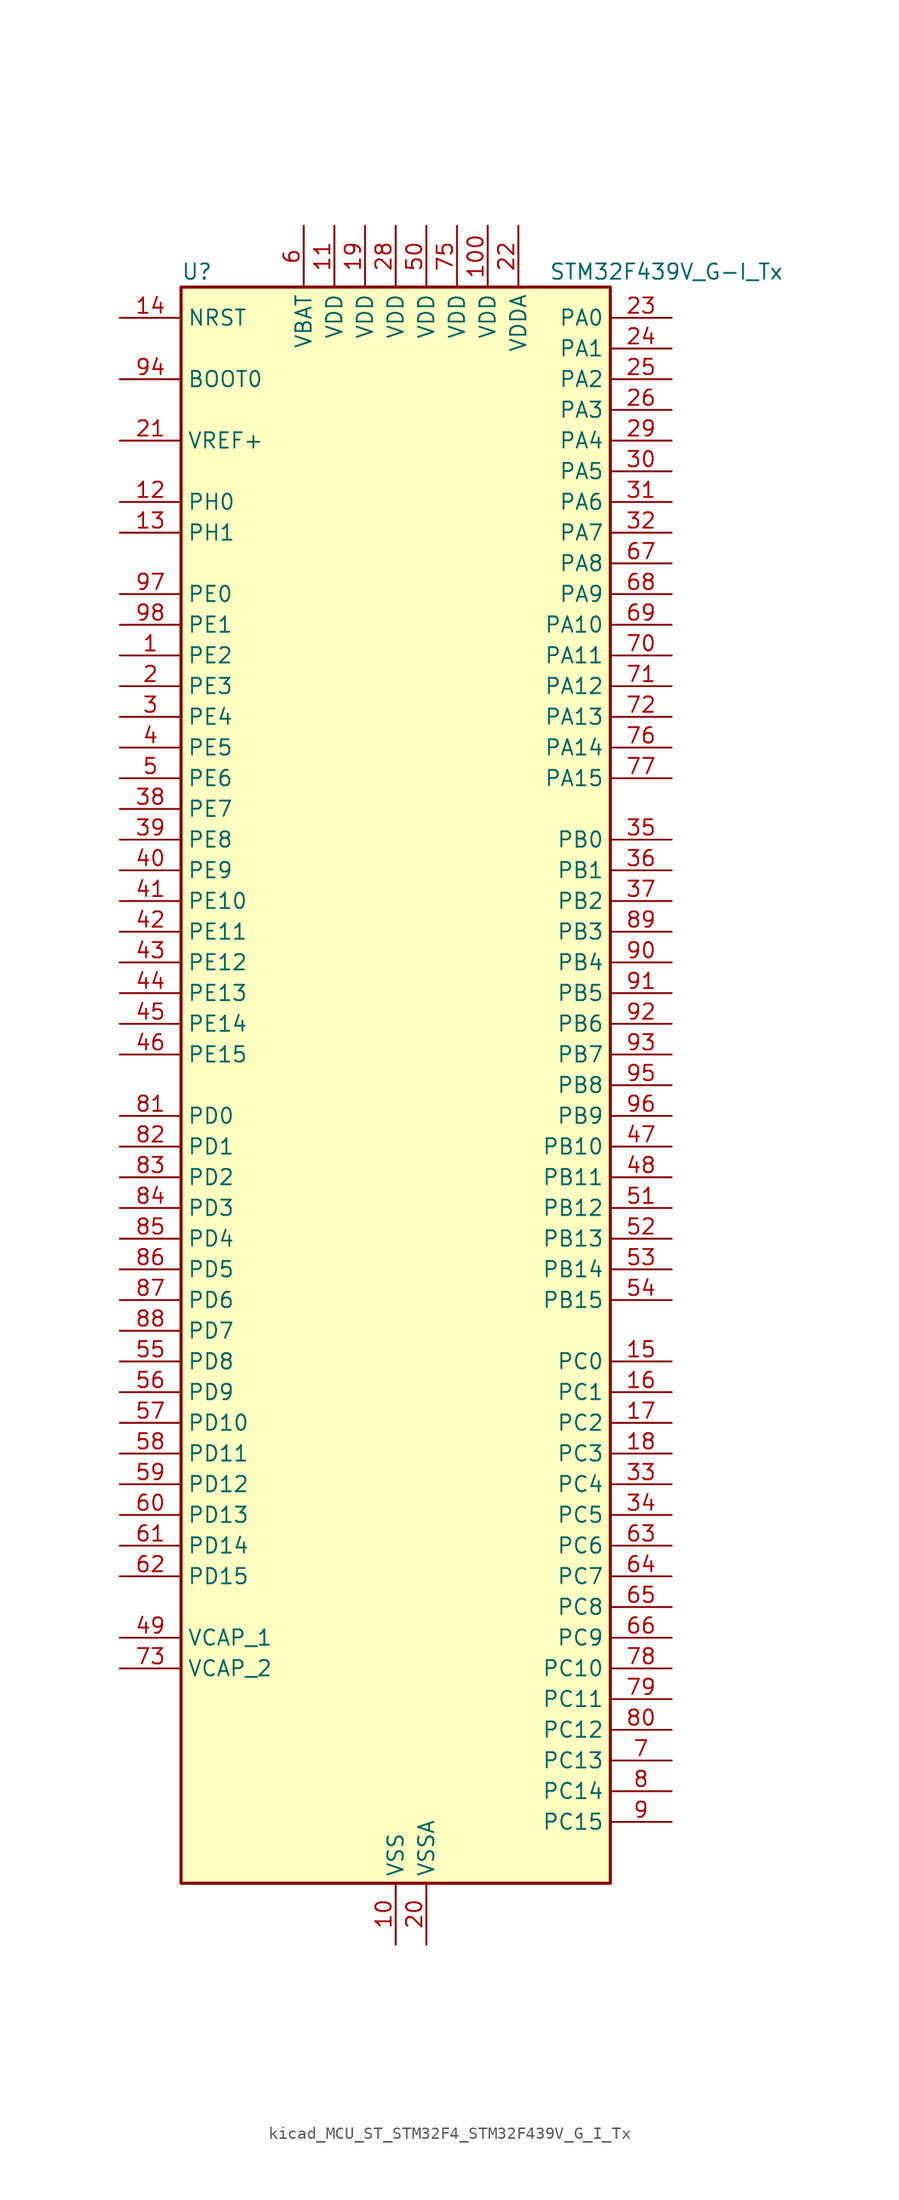
<source format=kicad_sym>
(kicad_symbol_lib
  (version 20220914)
  (generator kicad_symbol_editor)
  (symbol "kicad_MCU_ST_STM32F4_STM32F439V_G_I_Tx"
    (property "Reference" "U"
      (at -17.78 67.31 0)
      (effects (font (size 1.27 1.27)) (justify left)))
    (property "Value" "STM32F439V_G-I_Tx"
      (at 12.7 67.31 0)
      (effects (font (size 1.27 1.27)) (justify left)))
    (property "ki_locked" ""
      (at 0 0 0)
      (effects (font (size 1.27 1.27))))
    (symbol "kicad_MCU_ST_STM32F4_STM32F439V_G_I_Tx_0_1"
      (rectangle (start -17.78 -66.04) (end 17.78 66.04) (stroke (width 0.254) (type default)) (fill (type background))))
    (symbol "kicad_MCU_ST_STM32F4_STM32F439V_G_I_Tx_1_1"
      (pin bidirectional line (at -22.86 35.56 0) (length 5.08) (name "PE2" (effects (font (size 1.27 1.27)))) (number "1" (effects (font (size 1.27 1.27)))) (alternate "ETH_TXD3" bidirectional line) (alternate "FMC_A23" bidirectional line) (alternate "SAI1_MCLK_A" bidirectional line) (alternate "SPI4_SCK" bidirectional line) (alternate "SYS_TRACECLK" bidirectional line))
      (pin power_in line (at 0 -71.12 90) (length 5.08) (name "VSS" (effects (font (size 1.27 1.27)))) (number "10" (effects (font (size 1.27 1.27)))))
      (pin power_in line (at 7.62 71.12 270) (length 5.08) (name "VDD" (effects (font (size 1.27 1.27)))) (number "100" (effects (font (size 1.27 1.27)))))
      (pin power_in line (at -5.08 71.12 270) (length 5.08) (name "VDD" (effects (font (size 1.27 1.27)))) (number "11" (effects (font (size 1.27 1.27)))))
      (pin bidirectional line (at -22.86 48.26 0) (length 5.08) (name "PH0" (effects (font (size 1.27 1.27)))) (number "12" (effects (font (size 1.27 1.27)))) (alternate "RCC_OSC_IN" bidirectional line))
      (pin bidirectional line (at -22.86 45.72 0) (length 5.08) (name "PH1" (effects (font (size 1.27 1.27)))) (number "13" (effects (font (size 1.27 1.27)))) (alternate "RCC_OSC_OUT" bidirectional line))
      (pin input line (at -22.86 63.5 0) (length 5.08) (name "NRST" (effects (font (size 1.27 1.27)))) (number "14" (effects (font (size 1.27 1.27)))))
      (pin bidirectional line (at 22.86 -22.86 180) (length 5.08) (name "PC0" (effects (font (size 1.27 1.27)))) (number "15" (effects (font (size 1.27 1.27)))) (alternate "ADC1_IN10" bidirectional line) (alternate "ADC2_IN10" bidirectional line) (alternate "ADC3_IN10" bidirectional line) (alternate "USB_OTG_HS_ULPI_STP" bidirectional line))
      (pin bidirectional line (at 22.86 -25.4 180) (length 5.08) (name "PC1" (effects (font (size 1.27 1.27)))) (number "16" (effects (font (size 1.27 1.27)))) (alternate "ADC1_IN11" bidirectional line) (alternate "ADC2_IN11" bidirectional line) (alternate "ADC3_IN11" bidirectional line) (alternate "ETH_MDC" bidirectional line))
      (pin bidirectional line (at 22.86 -27.94 180) (length 5.08) (name "PC2" (effects (font (size 1.27 1.27)))) (number "17" (effects (font (size 1.27 1.27)))) (alternate "ADC1_IN12" bidirectional line) (alternate "ADC2_IN12" bidirectional line) (alternate "ADC3_IN12" bidirectional line) (alternate "ETH_TXD2" bidirectional line) (alternate "I2S2_ext_SD" bidirectional line) (alternate "SPI2_MISO" bidirectional line) (alternate "USB_OTG_HS_ULPI_DIR" bidirectional line))
      (pin bidirectional line (at 22.86 -30.48 180) (length 5.08) (name "PC3" (effects (font (size 1.27 1.27)))) (number "18" (effects (font (size 1.27 1.27)))) (alternate "ADC1_IN13" bidirectional line) (alternate "ADC2_IN13" bidirectional line) (alternate "ADC3_IN13" bidirectional line) (alternate "ETH_TX_CLK" bidirectional line) (alternate "I2S2_SD" bidirectional line) (alternate "SPI2_MOSI" bidirectional line) (alternate "USB_OTG_HS_ULPI_NXT" bidirectional line))
      (pin power_in line (at -2.54 71.12 270) (length 5.08) (name "VDD" (effects (font (size 1.27 1.27)))) (number "19" (effects (font (size 1.27 1.27)))))
      (pin bidirectional line (at -22.86 33.02 0) (length 5.08) (name "PE3" (effects (font (size 1.27 1.27)))) (number "2" (effects (font (size 1.27 1.27)))) (alternate "FMC_A19" bidirectional line) (alternate "SAI1_SD_B" bidirectional line) (alternate "SYS_TRACED0" bidirectional line))
      (pin power_in line (at 2.54 -71.12 90) (length 5.08) (name "VSSA" (effects (font (size 1.27 1.27)))) (number "20" (effects (font (size 1.27 1.27)))))
      (pin input line (at -22.86 53.34 0) (length 5.08) (name "VREF+" (effects (font (size 1.27 1.27)))) (number "21" (effects (font (size 1.27 1.27)))))
      (pin power_in line (at 10.16 71.12 270) (length 5.08) (name "VDDA" (effects (font (size 1.27 1.27)))) (number "22" (effects (font (size 1.27 1.27)))))
      (pin bidirectional line (at 22.86 63.5 180) (length 5.08) (name "PA0" (effects (font (size 1.27 1.27)))) (number "23" (effects (font (size 1.27 1.27)))) (alternate "ADC1_IN0" bidirectional line) (alternate "ADC2_IN0" bidirectional line) (alternate "ADC3_IN0" bidirectional line) (alternate "ETH_CRS" bidirectional line) (alternate "SYS_WKUP" bidirectional line) (alternate "TIM2_CH1" bidirectional line) (alternate "TIM2_ETR" bidirectional line) (alternate "TIM5_CH1" bidirectional line) (alternate "TIM8_ETR" bidirectional line) (alternate "UART4_TX" bidirectional line) (alternate "USART2_CTS" bidirectional line))
      (pin bidirectional line (at 22.86 60.96 180) (length 5.08) (name "PA1" (effects (font (size 1.27 1.27)))) (number "24" (effects (font (size 1.27 1.27)))) (alternate "ADC1_IN1" bidirectional line) (alternate "ADC2_IN1" bidirectional line) (alternate "ADC3_IN1" bidirectional line) (alternate "ETH_REF_CLK" bidirectional line) (alternate "ETH_RX_CLK" bidirectional line) (alternate "TIM2_CH2" bidirectional line) (alternate "TIM5_CH2" bidirectional line) (alternate "UART4_RX" bidirectional line) (alternate "USART2_RTS" bidirectional line))
      (pin bidirectional line (at 22.86 58.42 180) (length 5.08) (name "PA2" (effects (font (size 1.27 1.27)))) (number "25" (effects (font (size 1.27 1.27)))) (alternate "ADC1_IN2" bidirectional line) (alternate "ADC2_IN2" bidirectional line) (alternate "ADC3_IN2" bidirectional line) (alternate "ETH_MDIO" bidirectional line) (alternate "TIM2_CH3" bidirectional line) (alternate "TIM5_CH3" bidirectional line) (alternate "TIM9_CH1" bidirectional line) (alternate "USART2_TX" bidirectional line))
      (pin bidirectional line (at 22.86 55.88 180) (length 5.08) (name "PA3" (effects (font (size 1.27 1.27)))) (number "26" (effects (font (size 1.27 1.27)))) (alternate "ADC1_IN3" bidirectional line) (alternate "ADC2_IN3" bidirectional line) (alternate "ADC3_IN3" bidirectional line) (alternate "ETH_COL" bidirectional line) (alternate "LTDC_B5" bidirectional line) (alternate "TIM2_CH4" bidirectional line) (alternate "TIM5_CH4" bidirectional line) (alternate "TIM9_CH2" bidirectional line) (alternate "USART2_RX" bidirectional line) (alternate "USB_OTG_HS_ULPI_D0" bidirectional line))
      (pin passive line (at 0 -71.12 90) (length 5.08) hide (name "VSS" (effects (font (size 1.27 1.27)))) (number "27" (effects (font (size 1.27 1.27)))))
      (pin power_in line (at 0 71.12 270) (length 5.08) (name "VDD" (effects (font (size 1.27 1.27)))) (number "28" (effects (font (size 1.27 1.27)))))
      (pin bidirectional line (at 22.86 53.34 180) (length 5.08) (name "PA4" (effects (font (size 1.27 1.27)))) (number "29" (effects (font (size 1.27 1.27)))) (alternate "ADC1_IN4" bidirectional line) (alternate "ADC2_IN4" bidirectional line) (alternate "DAC_OUT1" bidirectional line) (alternate "DCMI_HSYNC" bidirectional line) (alternate "I2S3_WS" bidirectional line) (alternate "LTDC_VSYNC" bidirectional line) (alternate "SPI1_NSS" bidirectional line) (alternate "SPI3_NSS" bidirectional line) (alternate "USART2_CK" bidirectional line) (alternate "USB_OTG_HS_SOF" bidirectional line))
      (pin bidirectional line (at -22.86 30.48 0) (length 5.08) (name "PE4" (effects (font (size 1.27 1.27)))) (number "3" (effects (font (size 1.27 1.27)))) (alternate "DCMI_D4" bidirectional line) (alternate "FMC_A20" bidirectional line) (alternate "LTDC_B0" bidirectional line) (alternate "SAI1_FS_A" bidirectional line) (alternate "SPI4_NSS" bidirectional line) (alternate "SYS_TRACED1" bidirectional line))
      (pin bidirectional line (at 22.86 50.8 180) (length 5.08) (name "PA5" (effects (font (size 1.27 1.27)))) (number "30" (effects (font (size 1.27 1.27)))) (alternate "ADC1_IN5" bidirectional line) (alternate "ADC2_IN5" bidirectional line) (alternate "DAC_OUT2" bidirectional line) (alternate "SPI1_SCK" bidirectional line) (alternate "TIM2_CH1" bidirectional line) (alternate "TIM2_ETR" bidirectional line) (alternate "TIM8_CH1N" bidirectional line) (alternate "USB_OTG_HS_ULPI_CK" bidirectional line))
      (pin bidirectional line (at 22.86 48.26 180) (length 5.08) (name "PA6" (effects (font (size 1.27 1.27)))) (number "31" (effects (font (size 1.27 1.27)))) (alternate "ADC1_IN6" bidirectional line) (alternate "ADC2_IN6" bidirectional line) (alternate "DCMI_PIXCLK" bidirectional line) (alternate "LTDC_G2" bidirectional line) (alternate "SPI1_MISO" bidirectional line) (alternate "TIM13_CH1" bidirectional line) (alternate "TIM1_BKIN" bidirectional line) (alternate "TIM3_CH1" bidirectional line) (alternate "TIM8_BKIN" bidirectional line))
      (pin bidirectional line (at 22.86 45.72 180) (length 5.08) (name "PA7" (effects (font (size 1.27 1.27)))) (number "32" (effects (font (size 1.27 1.27)))) (alternate "ADC1_IN7" bidirectional line) (alternate "ADC2_IN7" bidirectional line) (alternate "ETH_CRS_DV" bidirectional line) (alternate "ETH_RX_DV" bidirectional line) (alternate "SPI1_MOSI" bidirectional line) (alternate "TIM14_CH1" bidirectional line) (alternate "TIM1_CH1N" bidirectional line) (alternate "TIM3_CH2" bidirectional line) (alternate "TIM8_CH1N" bidirectional line))
      (pin bidirectional line (at 22.86 -33.02 180) (length 5.08) (name "PC4" (effects (font (size 1.27 1.27)))) (number "33" (effects (font (size 1.27 1.27)))) (alternate "ADC1_IN14" bidirectional line) (alternate "ADC2_IN14" bidirectional line) (alternate "ETH_RXD0" bidirectional line))
      (pin bidirectional line (at 22.86 -35.56 180) (length 5.08) (name "PC5" (effects (font (size 1.27 1.27)))) (number "34" (effects (font (size 1.27 1.27)))) (alternate "ADC1_IN15" bidirectional line) (alternate "ADC2_IN15" bidirectional line) (alternate "ETH_RXD1" bidirectional line))
      (pin bidirectional line (at 22.86 20.32 180) (length 5.08) (name "PB0" (effects (font (size 1.27 1.27)))) (number "35" (effects (font (size 1.27 1.27)))) (alternate "ADC1_IN8" bidirectional line) (alternate "ADC2_IN8" bidirectional line) (alternate "ETH_RXD2" bidirectional line) (alternate "LTDC_R3" bidirectional line) (alternate "TIM1_CH2N" bidirectional line) (alternate "TIM3_CH3" bidirectional line) (alternate "TIM8_CH2N" bidirectional line) (alternate "USB_OTG_HS_ULPI_D1" bidirectional line))
      (pin bidirectional line (at 22.86 17.78 180) (length 5.08) (name "PB1" (effects (font (size 1.27 1.27)))) (number "36" (effects (font (size 1.27 1.27)))) (alternate "ADC1_IN9" bidirectional line) (alternate "ADC2_IN9" bidirectional line) (alternate "ETH_RXD3" bidirectional line) (alternate "LTDC_R6" bidirectional line) (alternate "TIM1_CH3N" bidirectional line) (alternate "TIM3_CH4" bidirectional line) (alternate "TIM8_CH3N" bidirectional line) (alternate "USB_OTG_HS_ULPI_D2" bidirectional line))
      (pin bidirectional line (at 22.86 15.24 180) (length 5.08) (name "PB2" (effects (font (size 1.27 1.27)))) (number "37" (effects (font (size 1.27 1.27)))))
      (pin bidirectional line (at -22.86 22.86 0) (length 5.08) (name "PE7" (effects (font (size 1.27 1.27)))) (number "38" (effects (font (size 1.27 1.27)))) (alternate "FMC_D4" bidirectional line) (alternate "FMC_DA4" bidirectional line) (alternate "TIM1_ETR" bidirectional line) (alternate "UART7_RX" bidirectional line))
      (pin bidirectional line (at -22.86 20.32 0) (length 5.08) (name "PE8" (effects (font (size 1.27 1.27)))) (number "39" (effects (font (size 1.27 1.27)))) (alternate "FMC_D5" bidirectional line) (alternate "FMC_DA5" bidirectional line) (alternate "TIM1_CH1N" bidirectional line) (alternate "UART7_TX" bidirectional line))
      (pin bidirectional line (at -22.86 27.94 0) (length 5.08) (name "PE5" (effects (font (size 1.27 1.27)))) (number "4" (effects (font (size 1.27 1.27)))) (alternate "DCMI_D6" bidirectional line) (alternate "FMC_A21" bidirectional line) (alternate "LTDC_G0" bidirectional line) (alternate "SAI1_SCK_A" bidirectional line) (alternate "SPI4_MISO" bidirectional line) (alternate "SYS_TRACED2" bidirectional line) (alternate "TIM9_CH1" bidirectional line))
      (pin bidirectional line (at -22.86 17.78 0) (length 5.08) (name "PE9" (effects (font (size 1.27 1.27)))) (number "40" (effects (font (size 1.27 1.27)))) (alternate "DAC_EXTI9" bidirectional line) (alternate "FMC_D6" bidirectional line) (alternate "FMC_DA6" bidirectional line) (alternate "TIM1_CH1" bidirectional line))
      (pin bidirectional line (at -22.86 15.24 0) (length 5.08) (name "PE10" (effects (font (size 1.27 1.27)))) (number "41" (effects (font (size 1.27 1.27)))) (alternate "FMC_D7" bidirectional line) (alternate "FMC_DA7" bidirectional line) (alternate "TIM1_CH2N" bidirectional line))
      (pin bidirectional line (at -22.86 12.7 0) (length 5.08) (name "PE11" (effects (font (size 1.27 1.27)))) (number "42" (effects (font (size 1.27 1.27)))) (alternate "ADC1_EXTI11" bidirectional line) (alternate "ADC2_EXTI11" bidirectional line) (alternate "ADC3_EXTI11" bidirectional line) (alternate "FMC_D8" bidirectional line) (alternate "FMC_DA8" bidirectional line) (alternate "LTDC_G3" bidirectional line) (alternate "SPI4_NSS" bidirectional line) (alternate "TIM1_CH2" bidirectional line))
      (pin bidirectional line (at -22.86 10.16 0) (length 5.08) (name "PE12" (effects (font (size 1.27 1.27)))) (number "43" (effects (font (size 1.27 1.27)))) (alternate "FMC_D9" bidirectional line) (alternate "FMC_DA9" bidirectional line) (alternate "LTDC_B4" bidirectional line) (alternate "SPI4_SCK" bidirectional line) (alternate "TIM1_CH3N" bidirectional line))
      (pin bidirectional line (at -22.86 7.62 0) (length 5.08) (name "PE13" (effects (font (size 1.27 1.27)))) (number "44" (effects (font (size 1.27 1.27)))) (alternate "FMC_D10" bidirectional line) (alternate "FMC_DA10" bidirectional line) (alternate "LTDC_DE" bidirectional line) (alternate "SPI4_MISO" bidirectional line) (alternate "TIM1_CH3" bidirectional line))
      (pin bidirectional line (at -22.86 5.08 0) (length 5.08) (name "PE14" (effects (font (size 1.27 1.27)))) (number "45" (effects (font (size 1.27 1.27)))) (alternate "FMC_D11" bidirectional line) (alternate "FMC_DA11" bidirectional line) (alternate "LTDC_CLK" bidirectional line) (alternate "SPI4_MOSI" bidirectional line) (alternate "TIM1_CH4" bidirectional line))
      (pin bidirectional line (at -22.86 2.54 0) (length 5.08) (name "PE15" (effects (font (size 1.27 1.27)))) (number "46" (effects (font (size 1.27 1.27)))) (alternate "ADC1_EXTI15" bidirectional line) (alternate "ADC2_EXTI15" bidirectional line) (alternate "ADC3_EXTI15" bidirectional line) (alternate "FMC_D12" bidirectional line) (alternate "FMC_DA12" bidirectional line) (alternate "LTDC_R7" bidirectional line) (alternate "TIM1_BKIN" bidirectional line))
      (pin bidirectional line (at 22.86 -5.08 180) (length 5.08) (name "PB10" (effects (font (size 1.27 1.27)))) (number "47" (effects (font (size 1.27 1.27)))) (alternate "ETH_RX_ER" bidirectional line) (alternate "I2C2_SCL" bidirectional line) (alternate "I2S2_CK" bidirectional line) (alternate "LTDC_G4" bidirectional line) (alternate "SPI2_SCK" bidirectional line) (alternate "TIM2_CH3" bidirectional line) (alternate "USART3_TX" bidirectional line) (alternate "USB_OTG_HS_ULPI_D3" bidirectional line))
      (pin bidirectional line (at 22.86 -7.62 180) (length 5.08) (name "PB11" (effects (font (size 1.27 1.27)))) (number "48" (effects (font (size 1.27 1.27)))) (alternate "ADC1_EXTI11" bidirectional line) (alternate "ADC2_EXTI11" bidirectional line) (alternate "ADC3_EXTI11" bidirectional line) (alternate "ETH_TX_EN" bidirectional line) (alternate "I2C2_SDA" bidirectional line) (alternate "LTDC_G5" bidirectional line) (alternate "TIM2_CH4" bidirectional line) (alternate "USART3_RX" bidirectional line) (alternate "USB_OTG_HS_ULPI_D4" bidirectional line))
      (pin power_out line (at -22.86 -45.72 0) (length 5.08) (name "VCAP_1" (effects (font (size 1.27 1.27)))) (number "49" (effects (font (size 1.27 1.27)))))
      (pin bidirectional line (at -22.86 25.4 0) (length 5.08) (name "PE6" (effects (font (size 1.27 1.27)))) (number "5" (effects (font (size 1.27 1.27)))) (alternate "DCMI_D7" bidirectional line) (alternate "FMC_A22" bidirectional line) (alternate "LTDC_G1" bidirectional line) (alternate "SAI1_SD_A" bidirectional line) (alternate "SPI4_MOSI" bidirectional line) (alternate "SYS_TRACED3" bidirectional line) (alternate "TIM9_CH2" bidirectional line))
      (pin power_in line (at 2.54 71.12 270) (length 5.08) (name "VDD" (effects (font (size 1.27 1.27)))) (number "50" (effects (font (size 1.27 1.27)))))
      (pin bidirectional line (at 22.86 -10.16 180) (length 5.08) (name "PB12" (effects (font (size 1.27 1.27)))) (number "51" (effects (font (size 1.27 1.27)))) (alternate "CAN2_RX" bidirectional line) (alternate "ETH_TXD0" bidirectional line) (alternate "I2C2_SMBA" bidirectional line) (alternate "I2S2_WS" bidirectional line) (alternate "SPI2_NSS" bidirectional line) (alternate "TIM1_BKIN" bidirectional line) (alternate "USART3_CK" bidirectional line) (alternate "USB_OTG_HS_ID" bidirectional line) (alternate "USB_OTG_HS_ULPI_D5" bidirectional line))
      (pin bidirectional line (at 22.86 -12.7 180) (length 5.08) (name "PB13" (effects (font (size 1.27 1.27)))) (number "52" (effects (font (size 1.27 1.27)))) (alternate "CAN2_TX" bidirectional line) (alternate "ETH_TXD1" bidirectional line) (alternate "I2S2_CK" bidirectional line) (alternate "SPI2_SCK" bidirectional line) (alternate "TIM1_CH1N" bidirectional line) (alternate "USART3_CTS" bidirectional line) (alternate "USB_OTG_HS_ULPI_D6" bidirectional line) (alternate "USB_OTG_HS_VBUS" bidirectional line))
      (pin bidirectional line (at 22.86 -15.24 180) (length 5.08) (name "PB14" (effects (font (size 1.27 1.27)))) (number "53" (effects (font (size 1.27 1.27)))) (alternate "I2S2_ext_SD" bidirectional line) (alternate "SPI2_MISO" bidirectional line) (alternate "TIM12_CH1" bidirectional line) (alternate "TIM1_CH2N" bidirectional line) (alternate "TIM8_CH2N" bidirectional line) (alternate "USART3_RTS" bidirectional line) (alternate "USB_OTG_HS_DM" bidirectional line))
      (pin bidirectional line (at 22.86 -17.78 180) (length 5.08) (name "PB15" (effects (font (size 1.27 1.27)))) (number "54" (effects (font (size 1.27 1.27)))) (alternate "ADC1_EXTI15" bidirectional line) (alternate "ADC2_EXTI15" bidirectional line) (alternate "ADC3_EXTI15" bidirectional line) (alternate "I2S2_SD" bidirectional line) (alternate "RTC_REFIN" bidirectional line) (alternate "SPI2_MOSI" bidirectional line) (alternate "TIM12_CH2" bidirectional line) (alternate "TIM1_CH3N" bidirectional line) (alternate "TIM8_CH3N" bidirectional line) (alternate "USB_OTG_HS_DP" bidirectional line))
      (pin bidirectional line (at -22.86 -22.86 0) (length 5.08) (name "PD8" (effects (font (size 1.27 1.27)))) (number "55" (effects (font (size 1.27 1.27)))) (alternate "FMC_D13" bidirectional line) (alternate "FMC_DA13" bidirectional line) (alternate "USART3_TX" bidirectional line))
      (pin bidirectional line (at -22.86 -25.4 0) (length 5.08) (name "PD9" (effects (font (size 1.27 1.27)))) (number "56" (effects (font (size 1.27 1.27)))) (alternate "DAC_EXTI9" bidirectional line) (alternate "FMC_D14" bidirectional line) (alternate "FMC_DA14" bidirectional line) (alternate "USART3_RX" bidirectional line))
      (pin bidirectional line (at -22.86 -27.94 0) (length 5.08) (name "PD10" (effects (font (size 1.27 1.27)))) (number "57" (effects (font (size 1.27 1.27)))) (alternate "FMC_D15" bidirectional line) (alternate "FMC_DA15" bidirectional line) (alternate "LTDC_B3" bidirectional line) (alternate "USART3_CK" bidirectional line))
      (pin bidirectional line (at -22.86 -30.48 0) (length 5.08) (name "PD11" (effects (font (size 1.27 1.27)))) (number "58" (effects (font (size 1.27 1.27)))) (alternate "ADC1_EXTI11" bidirectional line) (alternate "ADC2_EXTI11" bidirectional line) (alternate "ADC3_EXTI11" bidirectional line) (alternate "FMC_A16" bidirectional line) (alternate "FMC_CLE" bidirectional line) (alternate "USART3_CTS" bidirectional line))
      (pin bidirectional line (at -22.86 -33.02 0) (length 5.08) (name "PD12" (effects (font (size 1.27 1.27)))) (number "59" (effects (font (size 1.27 1.27)))) (alternate "FMC_A17" bidirectional line) (alternate "FMC_ALE" bidirectional line) (alternate "TIM4_CH1" bidirectional line) (alternate "USART3_RTS" bidirectional line))
      (pin power_in line (at -7.62 71.12 270) (length 5.08) (name "VBAT" (effects (font (size 1.27 1.27)))) (number "6" (effects (font (size 1.27 1.27)))))
      (pin bidirectional line (at -22.86 -35.56 0) (length 5.08) (name "PD13" (effects (font (size 1.27 1.27)))) (number "60" (effects (font (size 1.27 1.27)))) (alternate "FMC_A18" bidirectional line) (alternate "TIM4_CH2" bidirectional line))
      (pin bidirectional line (at -22.86 -38.1 0) (length 5.08) (name "PD14" (effects (font (size 1.27 1.27)))) (number "61" (effects (font (size 1.27 1.27)))) (alternate "FMC_D0" bidirectional line) (alternate "FMC_DA0" bidirectional line) (alternate "TIM4_CH3" bidirectional line))
      (pin bidirectional line (at -22.86 -40.64 0) (length 5.08) (name "PD15" (effects (font (size 1.27 1.27)))) (number "62" (effects (font (size 1.27 1.27)))) (alternate "ADC1_EXTI15" bidirectional line) (alternate "ADC2_EXTI15" bidirectional line) (alternate "ADC3_EXTI15" bidirectional line) (alternate "FMC_D1" bidirectional line) (alternate "FMC_DA1" bidirectional line) (alternate "TIM4_CH4" bidirectional line))
      (pin bidirectional line (at 22.86 -38.1 180) (length 5.08) (name "PC6" (effects (font (size 1.27 1.27)))) (number "63" (effects (font (size 1.27 1.27)))) (alternate "DCMI_D0" bidirectional line) (alternate "I2S2_MCK" bidirectional line) (alternate "LTDC_HSYNC" bidirectional line) (alternate "SDIO_D6" bidirectional line) (alternate "TIM3_CH1" bidirectional line) (alternate "TIM8_CH1" bidirectional line) (alternate "USART6_TX" bidirectional line))
      (pin bidirectional line (at 22.86 -40.64 180) (length 5.08) (name "PC7" (effects (font (size 1.27 1.27)))) (number "64" (effects (font (size 1.27 1.27)))) (alternate "DCMI_D1" bidirectional line) (alternate "I2S3_MCK" bidirectional line) (alternate "LTDC_G6" bidirectional line) (alternate "SDIO_D7" bidirectional line) (alternate "TIM3_CH2" bidirectional line) (alternate "TIM8_CH2" bidirectional line) (alternate "USART6_RX" bidirectional line))
      (pin bidirectional line (at 22.86 -43.18 180) (length 5.08) (name "PC8" (effects (font (size 1.27 1.27)))) (number "65" (effects (font (size 1.27 1.27)))) (alternate "DCMI_D2" bidirectional line) (alternate "SDIO_D0" bidirectional line) (alternate "TIM3_CH3" bidirectional line) (alternate "TIM8_CH3" bidirectional line) (alternate "USART6_CK" bidirectional line))
      (pin bidirectional line (at 22.86 -45.72 180) (length 5.08) (name "PC9" (effects (font (size 1.27 1.27)))) (number "66" (effects (font (size 1.27 1.27)))) (alternate "DAC_EXTI9" bidirectional line) (alternate "DCMI_D3" bidirectional line) (alternate "I2C3_SDA" bidirectional line) (alternate "I2S_CKIN" bidirectional line) (alternate "RCC_MCO_2" bidirectional line) (alternate "SDIO_D1" bidirectional line) (alternate "TIM3_CH4" bidirectional line) (alternate "TIM8_CH4" bidirectional line))
      (pin bidirectional line (at 22.86 43.18 180) (length 5.08) (name "PA8" (effects (font (size 1.27 1.27)))) (number "67" (effects (font (size 1.27 1.27)))) (alternate "I2C3_SCL" bidirectional line) (alternate "LTDC_R6" bidirectional line) (alternate "RCC_MCO_1" bidirectional line) (alternate "TIM1_CH1" bidirectional line) (alternate "USART1_CK" bidirectional line) (alternate "USB_OTG_FS_SOF" bidirectional line))
      (pin bidirectional line (at 22.86 40.64 180) (length 5.08) (name "PA9" (effects (font (size 1.27 1.27)))) (number "68" (effects (font (size 1.27 1.27)))) (alternate "DAC_EXTI9" bidirectional line) (alternate "DCMI_D0" bidirectional line) (alternate "I2C3_SMBA" bidirectional line) (alternate "TIM1_CH2" bidirectional line) (alternate "USART1_TX" bidirectional line) (alternate "USB_OTG_FS_VBUS" bidirectional line))
      (pin bidirectional line (at 22.86 38.1 180) (length 5.08) (name "PA10" (effects (font (size 1.27 1.27)))) (number "69" (effects (font (size 1.27 1.27)))) (alternate "DCMI_D1" bidirectional line) (alternate "TIM1_CH3" bidirectional line) (alternate "USART1_RX" bidirectional line) (alternate "USB_OTG_FS_ID" bidirectional line))
      (pin bidirectional line (at 22.86 -55.88 180) (length 5.08) (name "PC13" (effects (font (size 1.27 1.27)))) (number "7" (effects (font (size 1.27 1.27)))) (alternate "RTC_AF1" bidirectional line))
      (pin bidirectional line (at 22.86 35.56 180) (length 5.08) (name "PA11" (effects (font (size 1.27 1.27)))) (number "70" (effects (font (size 1.27 1.27)))) (alternate "ADC1_EXTI11" bidirectional line) (alternate "ADC2_EXTI11" bidirectional line) (alternate "ADC3_EXTI11" bidirectional line) (alternate "CAN1_RX" bidirectional line) (alternate "LTDC_R4" bidirectional line) (alternate "TIM1_CH4" bidirectional line) (alternate "USART1_CTS" bidirectional line) (alternate "USB_OTG_FS_DM" bidirectional line))
      (pin bidirectional line (at 22.86 33.02 180) (length 5.08) (name "PA12" (effects (font (size 1.27 1.27)))) (number "71" (effects (font (size 1.27 1.27)))) (alternate "CAN1_TX" bidirectional line) (alternate "LTDC_R5" bidirectional line) (alternate "TIM1_ETR" bidirectional line) (alternate "USART1_RTS" bidirectional line) (alternate "USB_OTG_FS_DP" bidirectional line))
      (pin bidirectional line (at 22.86 30.48 180) (length 5.08) (name "PA13" (effects (font (size 1.27 1.27)))) (number "72" (effects (font (size 1.27 1.27)))) (alternate "SYS_JTMS-SWDIO" bidirectional line))
      (pin power_out line (at -22.86 -48.26 0) (length 5.08) (name "VCAP_2" (effects (font (size 1.27 1.27)))) (number "73" (effects (font (size 1.27 1.27)))))
      (pin passive line (at 0 -71.12 90) (length 5.08) hide (name "VSS" (effects (font (size 1.27 1.27)))) (number "74" (effects (font (size 1.27 1.27)))))
      (pin power_in line (at 5.08 71.12 270) (length 5.08) (name "VDD" (effects (font (size 1.27 1.27)))) (number "75" (effects (font (size 1.27 1.27)))))
      (pin bidirectional line (at 22.86 27.94 180) (length 5.08) (name "PA14" (effects (font (size 1.27 1.27)))) (number "76" (effects (font (size 1.27 1.27)))) (alternate "SYS_JTCK-SWCLK" bidirectional line))
      (pin bidirectional line (at 22.86 25.4 180) (length 5.08) (name "PA15" (effects (font (size 1.27 1.27)))) (number "77" (effects (font (size 1.27 1.27)))) (alternate "ADC1_EXTI15" bidirectional line) (alternate "ADC2_EXTI15" bidirectional line) (alternate "ADC3_EXTI15" bidirectional line) (alternate "I2S3_WS" bidirectional line) (alternate "SPI1_NSS" bidirectional line) (alternate "SPI3_NSS" bidirectional line) (alternate "SYS_JTDI" bidirectional line) (alternate "TIM2_CH1" bidirectional line) (alternate "TIM2_ETR" bidirectional line))
      (pin bidirectional line (at 22.86 -48.26 180) (length 5.08) (name "PC10" (effects (font (size 1.27 1.27)))) (number "78" (effects (font (size 1.27 1.27)))) (alternate "DCMI_D8" bidirectional line) (alternate "I2S3_CK" bidirectional line) (alternate "LTDC_R2" bidirectional line) (alternate "SDIO_D2" bidirectional line) (alternate "SPI3_SCK" bidirectional line) (alternate "UART4_TX" bidirectional line) (alternate "USART3_TX" bidirectional line))
      (pin bidirectional line (at 22.86 -50.8 180) (length 5.08) (name "PC11" (effects (font (size 1.27 1.27)))) (number "79" (effects (font (size 1.27 1.27)))) (alternate "ADC1_EXTI11" bidirectional line) (alternate "ADC2_EXTI11" bidirectional line) (alternate "ADC3_EXTI11" bidirectional line) (alternate "DCMI_D4" bidirectional line) (alternate "I2S3_ext_SD" bidirectional line) (alternate "SDIO_D3" bidirectional line) (alternate "SPI3_MISO" bidirectional line) (alternate "UART4_RX" bidirectional line) (alternate "USART3_RX" bidirectional line))
      (pin bidirectional line (at 22.86 -58.42 180) (length 5.08) (name "PC14" (effects (font (size 1.27 1.27)))) (number "8" (effects (font (size 1.27 1.27)))) (alternate "RCC_OSC32_IN" bidirectional line))
      (pin bidirectional line (at 22.86 -53.34 180) (length 5.08) (name "PC12" (effects (font (size 1.27 1.27)))) (number "80" (effects (font (size 1.27 1.27)))) (alternate "DCMI_D9" bidirectional line) (alternate "I2S3_SD" bidirectional line) (alternate "SDIO_CK" bidirectional line) (alternate "SPI3_MOSI" bidirectional line) (alternate "UART5_TX" bidirectional line) (alternate "USART3_CK" bidirectional line))
      (pin bidirectional line (at -22.86 -2.54 0) (length 5.08) (name "PD0" (effects (font (size 1.27 1.27)))) (number "81" (effects (font (size 1.27 1.27)))) (alternate "CAN1_RX" bidirectional line) (alternate "FMC_D2" bidirectional line) (alternate "FMC_DA2" bidirectional line))
      (pin bidirectional line (at -22.86 -5.08 0) (length 5.08) (name "PD1" (effects (font (size 1.27 1.27)))) (number "82" (effects (font (size 1.27 1.27)))) (alternate "CAN1_TX" bidirectional line) (alternate "FMC_D3" bidirectional line) (alternate "FMC_DA3" bidirectional line))
      (pin bidirectional line (at -22.86 -7.62 0) (length 5.08) (name "PD2" (effects (font (size 1.27 1.27)))) (number "83" (effects (font (size 1.27 1.27)))) (alternate "DCMI_D11" bidirectional line) (alternate "SDIO_CMD" bidirectional line) (alternate "TIM3_ETR" bidirectional line) (alternate "UART5_RX" bidirectional line))
      (pin bidirectional line (at -22.86 -10.16 0) (length 5.08) (name "PD3" (effects (font (size 1.27 1.27)))) (number "84" (effects (font (size 1.27 1.27)))) (alternate "DCMI_D5" bidirectional line) (alternate "FMC_CLK" bidirectional line) (alternate "I2S2_CK" bidirectional line) (alternate "LTDC_G7" bidirectional line) (alternate "SPI2_SCK" bidirectional line) (alternate "USART2_CTS" bidirectional line))
      (pin bidirectional line (at -22.86 -12.7 0) (length 5.08) (name "PD4" (effects (font (size 1.27 1.27)))) (number "85" (effects (font (size 1.27 1.27)))) (alternate "FMC_NOE" bidirectional line) (alternate "USART2_RTS" bidirectional line))
      (pin bidirectional line (at -22.86 -15.24 0) (length 5.08) (name "PD5" (effects (font (size 1.27 1.27)))) (number "86" (effects (font (size 1.27 1.27)))) (alternate "FMC_NWE" bidirectional line) (alternate "USART2_TX" bidirectional line))
      (pin bidirectional line (at -22.86 -17.78 0) (length 5.08) (name "PD6" (effects (font (size 1.27 1.27)))) (number "87" (effects (font (size 1.27 1.27)))) (alternate "DCMI_D10" bidirectional line) (alternate "FMC_NWAIT" bidirectional line) (alternate "I2S3_SD" bidirectional line) (alternate "LTDC_B2" bidirectional line) (alternate "SAI1_SD_A" bidirectional line) (alternate "SPI3_MOSI" bidirectional line) (alternate "USART2_RX" bidirectional line))
      (pin bidirectional line (at -22.86 -20.32 0) (length 5.08) (name "PD7" (effects (font (size 1.27 1.27)))) (number "88" (effects (font (size 1.27 1.27)))) (alternate "FMC_NCE2" bidirectional line) (alternate "FMC_NE1" bidirectional line) (alternate "USART2_CK" bidirectional line))
      (pin bidirectional line (at 22.86 12.7 180) (length 5.08) (name "PB3" (effects (font (size 1.27 1.27)))) (number "89" (effects (font (size 1.27 1.27)))) (alternate "I2S3_CK" bidirectional line) (alternate "SPI1_SCK" bidirectional line) (alternate "SPI3_SCK" bidirectional line) (alternate "SYS_JTDO-SWO" bidirectional line) (alternate "TIM2_CH2" bidirectional line))
      (pin bidirectional line (at 22.86 -60.96 180) (length 5.08) (name "PC15" (effects (font (size 1.27 1.27)))) (number "9" (effects (font (size 1.27 1.27)))) (alternate "ADC1_EXTI15" bidirectional line) (alternate "ADC2_EXTI15" bidirectional line) (alternate "ADC3_EXTI15" bidirectional line) (alternate "RCC_OSC32_OUT" bidirectional line))
      (pin bidirectional line (at 22.86 10.16 180) (length 5.08) (name "PB4" (effects (font (size 1.27 1.27)))) (number "90" (effects (font (size 1.27 1.27)))) (alternate "I2S3_ext_SD" bidirectional line) (alternate "SPI1_MISO" bidirectional line) (alternate "SPI3_MISO" bidirectional line) (alternate "SYS_JTRST" bidirectional line) (alternate "TIM3_CH1" bidirectional line))
      (pin bidirectional line (at 22.86 7.62 180) (length 5.08) (name "PB5" (effects (font (size 1.27 1.27)))) (number "91" (effects (font (size 1.27 1.27)))) (alternate "CAN2_RX" bidirectional line) (alternate "DCMI_D10" bidirectional line) (alternate "ETH_PPS_OUT" bidirectional line) (alternate "I2C1_SMBA" bidirectional line) (alternate "I2S3_SD" bidirectional line) (alternate "SPI1_MOSI" bidirectional line) (alternate "SPI3_MOSI" bidirectional line) (alternate "TIM3_CH2" bidirectional line) (alternate "USB_OTG_HS_ULPI_D7" bidirectional line))
      (pin bidirectional line (at 22.86 5.08 180) (length 5.08) (name "PB6" (effects (font (size 1.27 1.27)))) (number "92" (effects (font (size 1.27 1.27)))) (alternate "CAN2_TX" bidirectional line) (alternate "DCMI_D5" bidirectional line) (alternate "I2C1_SCL" bidirectional line) (alternate "TIM4_CH1" bidirectional line) (alternate "USART1_TX" bidirectional line))
      (pin bidirectional line (at 22.86 2.54 180) (length 5.08) (name "PB7" (effects (font (size 1.27 1.27)))) (number "93" (effects (font (size 1.27 1.27)))) (alternate "DCMI_VSYNC" bidirectional line) (alternate "FMC_NL" bidirectional line) (alternate "I2C1_SDA" bidirectional line) (alternate "TIM4_CH2" bidirectional line) (alternate "USART1_RX" bidirectional line))
      (pin input line (at -22.86 58.42 0) (length 5.08) (name "BOOT0" (effects (font (size 1.27 1.27)))) (number "94" (effects (font (size 1.27 1.27)))))
      (pin bidirectional line (at 22.86 0 180) (length 5.08) (name "PB8" (effects (font (size 1.27 1.27)))) (number "95" (effects (font (size 1.27 1.27)))) (alternate "CAN1_RX" bidirectional line) (alternate "DCMI_D6" bidirectional line) (alternate "ETH_TXD3" bidirectional line) (alternate "I2C1_SCL" bidirectional line) (alternate "LTDC_B6" bidirectional line) (alternate "SDIO_D4" bidirectional line) (alternate "TIM10_CH1" bidirectional line) (alternate "TIM4_CH3" bidirectional line))
      (pin bidirectional line (at 22.86 -2.54 180) (length 5.08) (name "PB9" (effects (font (size 1.27 1.27)))) (number "96" (effects (font (size 1.27 1.27)))) (alternate "CAN1_TX" bidirectional line) (alternate "DAC_EXTI9" bidirectional line) (alternate "DCMI_D7" bidirectional line) (alternate "I2C1_SDA" bidirectional line) (alternate "I2S2_WS" bidirectional line) (alternate "LTDC_B7" bidirectional line) (alternate "SDIO_D5" bidirectional line) (alternate "SPI2_NSS" bidirectional line) (alternate "TIM11_CH1" bidirectional line) (alternate "TIM4_CH4" bidirectional line))
      (pin bidirectional line (at -22.86 40.64 0) (length 5.08) (name "PE0" (effects (font (size 1.27 1.27)))) (number "97" (effects (font (size 1.27 1.27)))) (alternate "DCMI_D2" bidirectional line) (alternate "FMC_NBL0" bidirectional line) (alternate "TIM4_ETR" bidirectional line) (alternate "UART8_RX" bidirectional line))
      (pin bidirectional line (at -22.86 38.1 0) (length 5.08) (name "PE1" (effects (font (size 1.27 1.27)))) (number "98" (effects (font (size 1.27 1.27)))) (alternate "DCMI_D3" bidirectional line) (alternate "FMC_NBL1" bidirectional line) (alternate "UART8_TX" bidirectional line))
      (pin passive line (at 0 -71.12 90) (length 5.08) hide (name "VSS" (effects (font (size 1.27 1.27)))) (number "99" (effects (font (size 1.27 1.27))))))))
</source>
